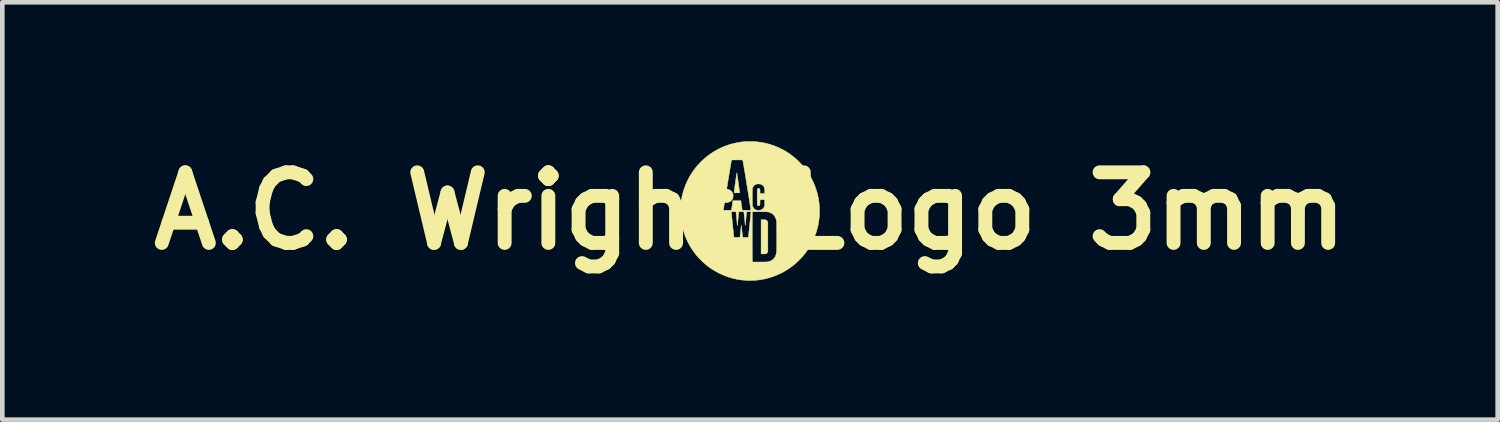
<source format=kicad_pcb>
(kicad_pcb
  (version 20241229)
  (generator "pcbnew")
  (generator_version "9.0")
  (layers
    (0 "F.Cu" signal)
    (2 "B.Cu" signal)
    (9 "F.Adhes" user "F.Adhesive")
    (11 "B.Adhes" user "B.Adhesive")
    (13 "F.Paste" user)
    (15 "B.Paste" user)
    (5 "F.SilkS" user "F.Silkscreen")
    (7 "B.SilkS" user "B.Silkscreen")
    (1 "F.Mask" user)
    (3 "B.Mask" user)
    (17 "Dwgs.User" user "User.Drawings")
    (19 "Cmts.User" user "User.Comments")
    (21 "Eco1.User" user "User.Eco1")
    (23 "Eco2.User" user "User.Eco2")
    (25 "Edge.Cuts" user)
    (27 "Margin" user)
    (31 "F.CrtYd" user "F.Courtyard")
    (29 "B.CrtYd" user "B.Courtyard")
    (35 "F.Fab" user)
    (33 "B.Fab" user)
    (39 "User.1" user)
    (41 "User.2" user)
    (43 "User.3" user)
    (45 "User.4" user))
  (footprint "A.C. Wright Logo 3mm"
    (layer "F.Cu")
    (at 13.143 1.505)
    (property "Reference" "A.C. Wright Logo 3mm" (at 0 0 0) (layer "F.SilkS") (effects (font (size 1.524 1.524) (thickness 0.3))))
    (attr through_hole)
    (fp_poly (pts (xy 0.285 0.189) (xy 0.301 0.189) (xy 0.315 0.19) (xy 0.327 0.191) (xy 0.336 0.192) (xy 0.34 0.193) (xy 0.355 0.2) (xy 0.367 0.21) (xy 0.376 0.225) (xy 0.377 0.226) (xy 0.385 0.242) (xy 0.385 0.875) (xy 0.379 0.888) (xy 0.371 0.902) (xy 0.36 0.913) (xy 0.347 0.921) (xy 0.342 0.923) (xy 0.337 0.925) (xy 0.332 0.926) (xy 0.325 0.926) (xy 0.316 0.927) (xy 0.303 0.927) (xy 0.286 0.927) (xy 0.239 0.927) (xy 0.239 0.187) (xy 0.285 0.189)) (stroke (width 0.01) (type solid)) (fill yes) (layer "F.SilkS"))
    (fp_poly (pts (xy -0.284 -0.824) (xy -0.283 -0.82) (xy -0.282 -0.812) (xy -0.28 -0.8) (xy -0.278 -0.783) (xy -0.275 -0.763) (xy -0.271 -0.74) (xy -0.268 -0.715) (xy -0.264 -0.687) (xy -0.26 -0.657) (xy -0.255 -0.625) (xy -0.253 -0.608) (xy -0.248 -0.576) (xy -0.244 -0.546) (xy -0.24 -0.517) (xy -0.236 -0.49) (xy -0.233 -0.466) (xy -0.23 -0.445) (xy -0.227 -0.427) (xy -0.225 -0.413) (xy -0.224 -0.402) (xy -0.223 -0.397) (xy -0.222 -0.396) (xy -0.222 -0.394) (xy -0.224 -0.393) (xy -0.226 -0.392) (xy -0.231 -0.392) (xy -0.239 -0.391) (xy -0.25 -0.391) (xy -0.265 -0.391) (xy -0.283 -0.391) (xy -0.304 -0.391) (xy -0.319 -0.391) (xy -0.331 -0.392) (xy -0.339 -0.392) (xy -0.344 -0.393) (xy -0.345 -0.394) (xy -0.346 -0.394) (xy -0.345 -0.397) (xy -0.344 -0.405) (xy -0.343 -0.417) (xy -0.341 -0.433) (xy -0.338 -0.452) (xy -0.335 -0.475) (xy -0.331 -0.5) (xy -0.328 -0.528) (xy -0.324 -0.558) (xy -0.319 -0.589) (xy -0.316 -0.614) (xy -0.31 -0.656) (xy -0.305 -0.693) (xy -0.3 -0.725) (xy -0.296 -0.753) (xy -0.293 -0.775) (xy -0.29 -0.794) (xy -0.288 -0.808) (xy -0.286 -0.817) (xy -0.285 -0.823) (xy -0.284 -0.824) (xy -0.284 -0.824)) (stroke (width 0.01) (type solid)) (fill yes) (layer "F.SilkS"))
    (fp_poly (pts (xy 0.022 -1.499) (xy 0.048 -1.499) (xy 0.072 -1.499) (xy 0.093 -1.498) (xy 0.111 -1.497) (xy 0.117 -1.497) (xy 0.206 -1.486) (xy 0.293 -1.472) (xy 0.379 -1.452) (xy 0.462 -1.428) (xy 0.544 -1.399) (xy 0.623 -1.365) (xy 0.701 -1.327) (xy 0.777 -1.284) (xy 0.851 -1.236) (xy 0.867 -1.224) (xy 0.929 -1.178) (xy 0.99 -1.127) (xy 1.048 -1.073) (xy 1.104 -1.016) (xy 1.157 -0.956) (xy 1.179 -0.928) (xy 1.229 -0.86) (xy 1.276 -0.789) (xy 1.319 -0.716) (xy 1.357 -0.64) (xy 1.392 -0.562) (xy 1.421 -0.482) (xy 1.446 -0.401) (xy 1.462 -0.341) (xy 1.474 -0.284) (xy 1.483 -0.229) (xy 1.491 -0.175) (xy 1.496 -0.119) (xy 1.499 -0.062) (xy 1.5 -0.002) (xy 1.5 0) (xy 1.5 0.022) (xy 1.499 0.044) (xy 1.499 0.065) (xy 1.498 0.085) (xy 1.497 0.102) (xy 1.497 0.115) (xy 1.497 0.117) (xy 1.487 0.202) (xy 1.474 0.285) (xy 1.456 0.365) (xy 1.434 0.444) (xy 1.407 0.521) (xy 1.376 0.598) (xy 1.349 0.657) (xy 1.311 0.73) (xy 1.269 0.8) (xy 1.225 0.867) (xy 1.176 0.932) (xy 1.123 0.994) (xy 1.066 1.055) (xy 1.061 1.061) (xy 1 1.118) (xy 0.938 1.171) (xy 0.873 1.22) (xy 0.807 1.265) (xy 0.737 1.307) (xy 0.664 1.346) (xy 0.657 1.349) (xy 0.578 1.385) (xy 0.498 1.416) (xy 0.418 1.441) (xy 0.337 1.463) (xy 0.254 1.479) (xy 0.169 1.491) (xy 0.132 1.495) (xy 0.119 1.496) (xy 0.102 1.497) (xy 0.082 1.498) (xy 0.061 1.499) (xy 0.038 1.499) (xy 0.016 1.5) (xy -0.006 1.5) (xy -0.026 1.5) (xy -0.043 1.5) (xy -0.057 1.5) (xy -0.064 1.5) (xy -0.098 1.497) (xy -0.129 1.495) (xy -0.156 1.492) (xy -0.181 1.49) (xy -0.205 1.487) (xy -0.228 1.484) (xy -0.251 1.48) (xy -0.268 1.477) (xy -0.351 1.459) (xy -0.434 1.437) (xy -0.516 1.409) (xy -0.596 1.377) (xy -0.674 1.341) (xy -0.749 1.3) (xy -0.823 1.255) (xy -0.893 1.206) (xy -0.928 1.179) (xy -0.989 1.128) (xy -1.047 1.074) (xy -1.103 1.017) (xy -1.156 0.957) (xy -1.204 0.895) (xy -1.224 0.867) (xy -1.257 0.82) (xy -1.286 0.774) (xy -1.313 0.726) (xy -1.339 0.676) (xy -1.349 0.657) (xy -1.384 0.58) (xy -1.414 0.503) (xy -1.439 0.426) (xy -1.46 0.347) (xy -1.477 0.266) (xy -1.49 0.183) (xy -1.497 0.117) (xy -1.498 0.101) (xy -1.498 0.081) (xy -1.499 0.057) (xy -1.499 0.032) (xy -1.499 0.024) (xy -0.404 0.024) (xy -0.377 0.295) (xy -0.372 0.34) (xy -0.368 0.38) (xy -0.364 0.416) (xy -0.361 0.447) (xy -0.358 0.474) (xy -0.356 0.497) (xy -0.353 0.516) (xy -0.351 0.532) (xy -0.35 0.545) (xy -0.348 0.555) (xy -0.347 0.562) (xy -0.346 0.567) (xy -0.346 0.569) (xy -0.345 0.569) (xy -0.342 0.57) (xy -0.334 0.57) (xy -0.323 0.571) (xy -0.308 0.571) (xy -0.292 0.571) (xy -0.281 0.571) (xy -0.262 0.571) (xy -0.248 0.571) (xy -0.237 0.571) (xy -0.229 0.571) (xy -0.224 0.57) (xy -0.221 0.569) (xy -0.219 0.568) (xy -0.219 0.567) (xy -0.218 0.563) (xy -0.217 0.556) (xy -0.215 0.544) (xy -0.213 0.528) (xy -0.211 0.509) (xy -0.209 0.488) (xy -0.206 0.465) (xy -0.203 0.44) (xy -0.203 0.435) (xy -0.2 0.41) (xy -0.198 0.387) (xy -0.195 0.366) (xy -0.193 0.347) (xy -0.191 0.332) (xy -0.19 0.32) (xy -0.189 0.312) (xy -0.188 0.309) (xy -0.188 0.309) (xy -0.188 0.311) (xy -0.187 0.319) (xy -0.186 0.33) (xy -0.184 0.345) (xy -0.182 0.363) (xy -0.18 0.383) (xy -0.177 0.406) (xy -0.174 0.431) (xy -0.174 0.437) (xy -0.171 0.464) (xy -0.168 0.489) (xy -0.165 0.511) (xy -0.163 0.53) (xy -0.161 0.546) (xy -0.159 0.558) (xy -0.158 0.565) (xy -0.157 0.568) (xy -0.155 0.569) (xy -0.152 0.57) (xy -0.145 0.571) (xy -0.136 0.571) (xy -0.123 0.571) (xy -0.105 0.571) (xy -0.099 0.572) (xy -0.083 0.571) (xy -0.068 0.571) (xy -0.055 0.571) (xy -0.046 0.571) (xy -0.04 0.57) (xy -0.04 0.57) (xy -0.036 0.567) (xy -0.034 0.561) (xy -0.034 0.56) (xy -0.034 0.557) (xy -0.033 0.549) (xy -0.032 0.54) (xy 0.048 0.54) (xy 0.048 0.557) (xy 0.048 0.625) (xy 0.048 0.689) (xy 0.048 0.747) (xy 0.048 0.801) (xy 0.049 0.85) (xy 0.049 0.894) (xy 0.049 0.934) (xy 0.049 0.969) (xy 0.049 1) (xy 0.049 1.026) (xy 0.05 1.048) (xy 0.05 1.066) (xy 0.05 1.08) (xy 0.05 1.09) (xy 0.051 1.096) (xy 0.051 1.098) (xy 0.052 1.099) (xy 0.053 1.1) (xy 0.054 1.1) (xy 0.057 1.101) (xy 0.062 1.101) (xy 0.068 1.102) (xy 0.076 1.102) (xy 0.087 1.102) (xy 0.102 1.102) (xy 0.119 1.102) (xy 0.14 1.102) (xy 0.166 1.102) (xy 0.195 1.102) (xy 0.213 1.102) (xy 0.245 1.101) (xy 0.273 1.101) (xy 0.297 1.101) (xy 0.317 1.101) (xy 0.333 1.101) (xy 0.347 1.1) (xy 0.358 1.1) (xy 0.367 1.099) (xy 0.374 1.099) (xy 0.38 1.098) (xy 0.385 1.097) (xy 0.39 1.096) (xy 0.394 1.095) (xy 0.428 1.085) (xy 0.459 1.071) (xy 0.486 1.054) (xy 0.509 1.034) (xy 0.529 1.01) (xy 0.545 0.983) (xy 0.558 0.951) (xy 0.567 0.916) (xy 0.574 0.877) (xy 0.574 0.875) (xy 0.575 0.869) (xy 0.575 0.858) (xy 0.575 0.844) (xy 0.576 0.826) (xy 0.576 0.803) (xy 0.576 0.777) (xy 0.576 0.745) (xy 0.576 0.71) (xy 0.576 0.669) (xy 0.576 0.624) (xy 0.576 0.574) (xy 0.576 0.541) (xy 0.575 0.232) (xy 0.569 0.207) (xy 0.566 0.194) (xy 0.563 0.181) (xy 0.56 0.17) (xy 0.558 0.167) (xy 0.545 0.135) (xy 0.528 0.107) (xy 0.508 0.083) (xy 0.484 0.062) (xy 0.457 0.045) (xy 0.427 0.032) (xy 0.424 0.031) (xy 0.416 0.028) (xy 0.409 0.026) (xy 0.402 0.024) (xy 0.395 0.022) (xy 0.388 0.021) (xy 0.379 0.02) (xy 0.37 0.019) (xy 0.358 0.018) (xy 0.345 0.017) (xy 0.329 0.017) (xy 0.309 0.017) (xy 0.286 0.016) (xy 0.259 0.016) (xy 0.227 0.016) (xy 0.215 0.016) (xy 0.18 0.016) (xy 0.151 0.016) (xy 0.125 0.016) (xy 0.104 0.016) (xy 0.087 0.016) (xy 0.074 0.016) (xy 0.064 0.016) (xy 0.057 0.017) (xy 0.053 0.017) (xy 0.052 0.018) (xy 0.051 0.019) (xy 0.051 0.021) (xy 0.051 0.024) (xy 0.05 0.029) (xy 0.05 0.036) (xy 0.05 0.045) (xy 0.05 0.056) (xy 0.049 0.069) (xy 0.049 0.084) (xy 0.049 0.103) (xy 0.049 0.124) (xy 0.049 0.149) (xy 0.049 0.176) (xy 0.049 0.207) (xy 0.048 0.242) (xy 0.048 0.281) (xy 0.048 0.324) (xy 0.048 0.371) (xy 0.048 0.422) (xy 0.048 0.479) (xy 0.048 0.54) (xy -0.032 0.54) (xy -0.032 0.536) (xy -0.03 0.519) (xy -0.028 0.499) (xy -0.025 0.475) (xy -0.023 0.449) (xy -0.02 0.419) (xy -0.016 0.388) (xy -0.013 0.354) (xy -0.009 0.319) (xy -0.006 0.288) (xy 0.02 0.024) (xy 0.015 0.02) (xy 0.012 0.018) (xy 0.009 0.017) (xy 0.003 0.016) (xy -0.004 0.015) (xy -0.016 0.015) (xy -0.03 0.016) (xy -0.047 0.016) (xy -0.059 0.017) (xy -0.068 0.018) (xy -0.071 0.019) (xy -0.072 0.023) (xy -0.073 0.031) (xy -0.075 0.043) (xy -0.077 0.06) (xy -0.079 0.08) (xy -0.081 0.105) (xy -0.084 0.132) (xy -0.087 0.163) (xy -0.087 0.167) (xy -0.09 0.194) (xy -0.092 0.219) (xy -0.094 0.242) (xy -0.096 0.263) (xy -0.098 0.28) (xy -0.1 0.295) (xy -0.101 0.305) (xy -0.101 0.312) (xy -0.102 0.313) (xy -0.102 0.311) (xy -0.103 0.304) (xy -0.104 0.293) (xy -0.106 0.279) (xy -0.108 0.261) (xy -0.11 0.24) (xy -0.112 0.216) (xy -0.115 0.191) (xy -0.117 0.169) (xy -0.12 0.135) (xy -0.124 0.105) (xy -0.126 0.079) (xy -0.129 0.058) (xy -0.131 0.041) (xy -0.132 0.029) (xy -0.134 0.022) (xy -0.134 0.02) (xy -0.138 0.018) (xy -0.146 0.017) (xy -0.158 0.016) (xy -0.176 0.016) (xy -0.181 0.016) (xy -0.2 0.015) (xy -0.215 0.016) (xy -0.226 0.016) (xy -0.234 0.017) (xy -0.239 0.018) (xy -0.241 0.02) (xy -0.243 0.022) (xy -0.243 0.025) (xy -0.244 0.033) (xy -0.245 0.044) (xy -0.247 0.059) (xy -0.249 0.077) (xy -0.251 0.097) (xy -0.253 0.119) (xy -0.255 0.142) (xy -0.258 0.165) (xy -0.26 0.189) (xy -0.262 0.212) (xy -0.265 0.235) (xy -0.267 0.255) (xy -0.268 0.274) (xy -0.27 0.29) (xy -0.271 0.302) (xy -0.272 0.311) (xy -0.272 0.315) (xy -0.272 0.318) (xy -0.273 0.317) (xy -0.274 0.313) (xy -0.275 0.305) (xy -0.276 0.293) (xy -0.278 0.278) (xy -0.28 0.258) (xy -0.282 0.233) (xy -0.285 0.205) (xy -0.288 0.171) (xy -0.289 0.16) (xy -0.291 0.13) (xy -0.294 0.102) (xy -0.296 0.078) (xy -0.299 0.058) (xy -0.3 0.042) (xy -0.302 0.03) (xy -0.303 0.023) (xy -0.304 0.021) (xy -0.306 0.019) (xy -0.309 0.018) (xy -0.314 0.017) (xy -0.323 0.016) (xy -0.335 0.016) (xy -0.35 0.016) (xy -0.366 0.015) (xy -0.377 0.015) (xy -0.386 0.016) (xy -0.391 0.016) (xy -0.395 0.017) (xy -0.398 0.019) (xy -0.398 0.02) (xy -0.404 0.024) (xy -1.499 0.024) (xy -1.5 0.005) (xy -1.499 -0.021) (xy -0.574 -0.021) (xy -0.574 -0.019) (xy -0.572 -0.018) (xy -0.569 -0.017) (xy -0.565 -0.016) (xy -0.557 -0.016) (xy -0.547 -0.016) (xy -0.533 -0.015) (xy -0.515 -0.015) (xy -0.493 -0.015) (xy -0.488 -0.015) (xy -0.463 -0.015) (xy -0.444 -0.015) (xy -0.429 -0.016) (xy -0.417 -0.016) (xy -0.409 -0.017) (xy -0.404 -0.017) (xy -0.402 -0.018) (xy -0.402 -0.018) (xy -0.401 -0.022) (xy -0.399 -0.029) (xy -0.397 -0.041) (xy -0.395 -0.056) (xy -0.392 -0.073) (xy -0.389 -0.093) (xy -0.386 -0.115) (xy -0.385 -0.123) (xy -0.37 -0.224) (xy -0.199 -0.224) (xy -0.197 -0.215) (xy -0.197 -0.211) (xy -0.195 -0.202) (xy -0.193 -0.19) (xy -0.191 -0.174) (xy -0.189 -0.156) (xy -0.186 -0.135) (xy -0.183 -0.114) (xy -0.18 -0.093) (xy -0.177 -0.073) (xy -0.174 -0.056) (xy -0.172 -0.041) (xy -0.17 -0.029) (xy -0.168 -0.022) (xy -0.167 -0.018) (xy -0.167 -0.018) (xy -0.164 -0.017) (xy -0.156 -0.017) (xy -0.145 -0.016) (xy -0.131 -0.015) (xy -0.114 -0.015) (xy -0.096 -0.015) (xy -0.077 -0.015) (xy -0.059 -0.015) (xy -0.04 -0.015) (xy -0.023 -0.016) (xy -0.008 -0.016) (xy 0.004 -0.017) (xy 0.013 -0.018) (xy 0.017 -0.019) (xy 0.018 -0.019) (xy 0.018 -0.022) (xy 0.017 -0.029) (xy 0.015 -0.041) (xy 0.013 -0.058) (xy 0.01 -0.078) (xy 0.006 -0.101) (xy 0.002 -0.128) (xy -0.003 -0.158) (xy -0.008 -0.191) (xy -0.013 -0.227) (xy -0.019 -0.264) (xy -0.025 -0.304) (xy -0.027 -0.31) (xy 0.049 -0.31) (xy 0.049 -0.283) (xy 0.049 -0.255) (xy 0.049 -0.229) (xy 0.05 -0.204) (xy 0.05 -0.181) (xy 0.051 -0.16) (xy 0.051 -0.143) (xy 0.052 -0.129) (xy 0.052 -0.119) (xy 0.053 -0.114) (xy 0.061 -0.089) (xy 0.072 -0.068) (xy 0.087 -0.049) (xy 0.105 -0.035) (xy 0.126 -0.024) (xy 0.141 -0.019) (xy 0.154 -0.017) (xy 0.17 -0.016) (xy 0.188 -0.016) (xy 0.204 -0.016) (xy 0.218 -0.018) (xy 0.225 -0.019) (xy 0.246 -0.027) (xy 0.266 -0.039) (xy 0.283 -0.054) (xy 0.297 -0.071) (xy 0.301 -0.078) (xy 0.305 -0.087) (xy 0.309 -0.097) (xy 0.311 -0.106) (xy 0.313 -0.117) (xy 0.315 -0.13) (xy 0.316 -0.147) (xy 0.316 -0.167) (xy 0.317 -0.178) (xy 0.318 -0.236) (xy 0.312 -0.24) (xy 0.309 -0.241) (xy 0.304 -0.242) (xy 0.297 -0.243) (xy 0.287 -0.244) (xy 0.273 -0.244) (xy 0.267 -0.244) (xy 0.25 -0.244) (xy 0.237 -0.244) (xy 0.228 -0.243) (xy 0.222 -0.24) (xy 0.219 -0.235) (xy 0.217 -0.228) (xy 0.216 -0.217) (xy 0.216 -0.202) (xy 0.216 -0.188) (xy 0.216 -0.168) (xy 0.215 -0.152) (xy 0.214 -0.14) (xy 0.213 -0.131) (xy 0.21 -0.125) (xy 0.207 -0.12) (xy 0.204 -0.118) (xy 0.197 -0.115) (xy 0.187 -0.114) (xy 0.177 -0.114) (xy 0.168 -0.116) (xy 0.168 -0.117) (xy 0.165 -0.118) (xy 0.163 -0.12) (xy 0.161 -0.122) (xy 0.16 -0.125) (xy 0.159 -0.13) (xy 0.158 -0.136) (xy 0.157 -0.144) (xy 0.156 -0.154) (xy 0.156 -0.168) (xy 0.155 -0.184) (xy 0.155 -0.204) (xy 0.155 -0.228) (xy 0.155 -0.256) (xy 0.155 -0.289) (xy 0.155 -0.3) (xy 0.155 -0.334) (xy 0.155 -0.363) (xy 0.155 -0.388) (xy 0.155 -0.41) (xy 0.156 -0.427) (xy 0.156 -0.441) (xy 0.156 -0.453) (xy 0.157 -0.462) (xy 0.158 -0.468) (xy 0.159 -0.473) (xy 0.161 -0.477) (xy 0.162 -0.479) (xy 0.164 -0.481) (xy 0.167 -0.482) (xy 0.167 -0.482) (xy 0.173 -0.484) (xy 0.181 -0.485) (xy 0.187 -0.485) (xy 0.196 -0.485) (xy 0.201 -0.483) (xy 0.206 -0.48) (xy 0.207 -0.479) (xy 0.21 -0.475) (xy 0.212 -0.47) (xy 0.214 -0.464) (xy 0.215 -0.456) (xy 0.216 -0.445) (xy 0.216 -0.429) (xy 0.216 -0.419) (xy 0.216 -0.402) (xy 0.217 -0.39) (xy 0.218 -0.382) (xy 0.219 -0.379) (xy 0.222 -0.378) (xy 0.229 -0.377) (xy 0.241 -0.376) (xy 0.257 -0.376) (xy 0.267 -0.376) (xy 0.284 -0.376) (xy 0.296 -0.376) (xy 0.305 -0.377) (xy 0.31 -0.377) (xy 0.314 -0.379) (xy 0.315 -0.38) (xy 0.316 -0.384) (xy 0.317 -0.392) (xy 0.317 -0.404) (xy 0.317 -0.417) (xy 0.317 -0.432) (xy 0.316 -0.448) (xy 0.315 -0.463) (xy 0.314 -0.476) (xy 0.313 -0.487) (xy 0.311 -0.494) (xy 0.302 -0.518) (xy 0.289 -0.538) (xy 0.273 -0.556) (xy 0.254 -0.569) (xy 0.231 -0.578) (xy 0.223 -0.58) (xy 0.208 -0.583) (xy 0.19 -0.584) (xy 0.171 -0.584) (xy 0.153 -0.582) (xy 0.142 -0.58) (xy 0.119 -0.572) (xy 0.099 -0.56) (xy 0.082 -0.545) (xy 0.068 -0.525) (xy 0.058 -0.503) (xy 0.053 -0.485) (xy 0.052 -0.479) (xy 0.052 -0.468) (xy 0.051 -0.453) (xy 0.05 -0.435) (xy 0.05 -0.414) (xy 0.05 -0.39) (xy 0.049 -0.365) (xy 0.049 -0.338) (xy 0.049 -0.31) (xy -0.027 -0.31) (xy -0.032 -0.345) (xy -0.039 -0.387) (xy -0.046 -0.431) (xy -0.053 -0.475) (xy -0.06 -0.52) (xy -0.068 -0.565) (xy -0.075 -0.61) (xy -0.082 -0.655) (xy -0.089 -0.699) (xy -0.097 -0.743) (xy -0.103 -0.785) (xy -0.11 -0.826) (xy -0.117 -0.865) (xy -0.123 -0.902) (xy -0.129 -0.936) (xy -0.134 -0.969) (xy -0.139 -0.998) (xy -0.144 -1.024) (xy -0.148 -1.047) (xy -0.151 -1.066) (xy -0.154 -1.081) (xy -0.156 -1.092) (xy -0.157 -1.098) (xy -0.158 -1.1) (xy -0.161 -1.101) (xy -0.169 -1.101) (xy -0.18 -1.101) (xy -0.195 -1.102) (xy -0.213 -1.102) (xy -0.232 -1.102) (xy -0.253 -1.102) (xy -0.274 -1.102) (xy -0.296 -1.102) (xy -0.317 -1.102) (xy -0.337 -1.102) (xy -0.355 -1.102) (xy -0.371 -1.101) (xy -0.384 -1.101) (xy -0.393 -1.101) (xy -0.398 -1.1) (xy -0.398 -1.1) (xy -0.399 -1.097) (xy -0.401 -1.09) (xy -0.403 -1.078) (xy -0.406 -1.062) (xy -0.41 -1.042) (xy -0.414 -1.018) (xy -0.419 -0.991) (xy -0.424 -0.961) (xy -0.429 -0.928) (xy -0.435 -0.893) (xy -0.441 -0.855) (xy -0.448 -0.816) (xy -0.455 -0.775) (xy -0.462 -0.732) (xy -0.469 -0.689) (xy -0.476 -0.645) (xy -0.483 -0.6) (xy -0.491 -0.555) (xy -0.498 -0.509) (xy -0.505 -0.465) (xy -0.512 -0.42) (xy -0.519 -0.377) (xy -0.526 -0.335) (xy -0.533 -0.294) (xy -0.539 -0.255) (xy -0.545 -0.218) (xy -0.55 -0.183) (xy -0.555 -0.151) (xy -0.56 -0.122) (xy -0.564 -0.095) (xy -0.567 -0.073) (xy -0.57 -0.053) (xy -0.572 -0.038) (xy -0.573 -0.027) (xy -0.574 -0.021) (xy -1.499 -0.021) (xy -1.499 -0.022) (xy -1.499 -0.048) (xy -1.499 -0.072) (xy -1.498 -0.093) (xy -1.497 -0.111) (xy -1.497 -0.117) (xy -1.487 -0.202) (xy -1.474 -0.285) (xy -1.456 -0.365) (xy -1.434 -0.444) (xy -1.407 -0.521) (xy -1.376 -0.598) (xy -1.349 -0.657) (xy -1.311 -0.73) (xy -1.269 -0.8) (xy -1.225 -0.867) (xy -1.176 -0.932) (xy -1.123 -0.994) (xy -1.066 -1.055) (xy -1.061 -1.061) (xy -1 -1.118) (xy -0.938 -1.171) (xy -0.873 -1.22) (xy -0.807 -1.265) (xy -0.737 -1.307) (xy -0.664 -1.346) (xy -0.657 -1.349) (xy -0.58 -1.384) (xy -0.503 -1.414) (xy -0.426 -1.439) (xy -0.347 -1.46) (xy -0.266 -1.477) (xy -0.183 -1.49) (xy -0.117 -1.497) (xy -0.101 -1.498) (xy -0.081 -1.498) (xy -0.057 -1.499) (xy -0.032 -1.499) (xy -0.005 -1.5) (xy 0.022 -1.499)) (stroke (width 0.01) (type solid)) (fill yes) (layer "F.SilkS")))
  (gr_rect
    (start -3 -3)
    (end 29.285 6.01)
    (stroke (width 0.1) (type default))
    (fill no)
    (layer "Edge.Cuts")))
</source>
